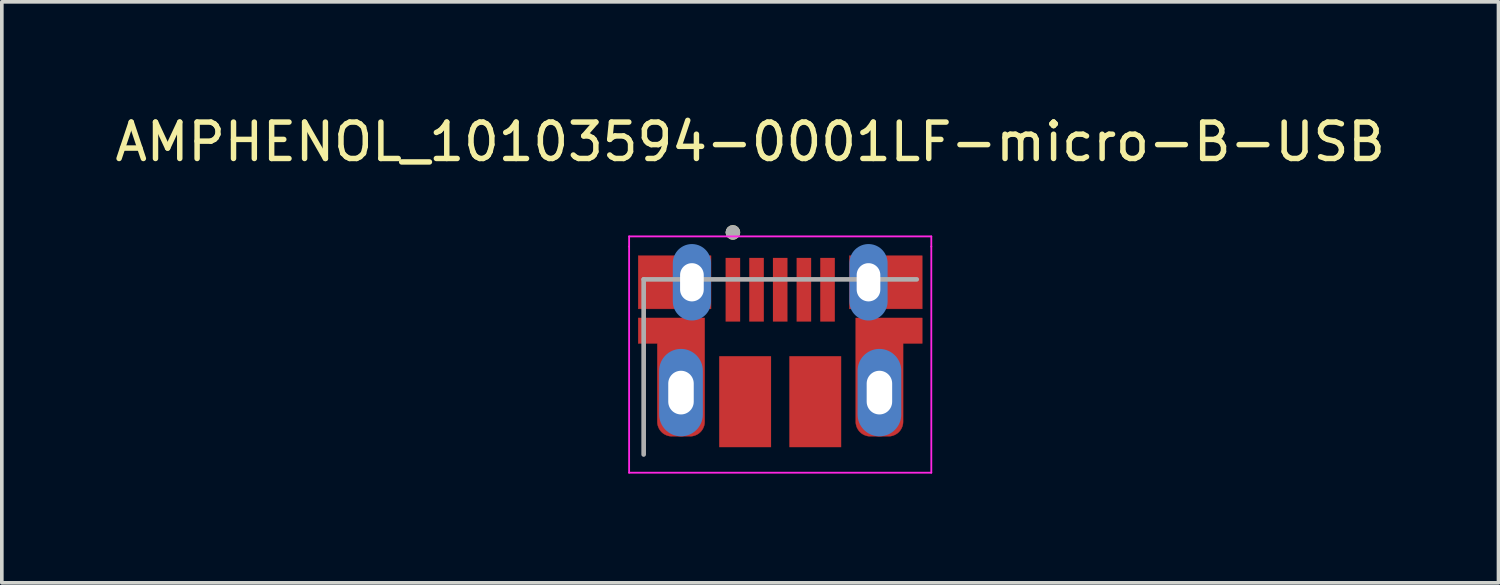
<source format=kicad_pcb>
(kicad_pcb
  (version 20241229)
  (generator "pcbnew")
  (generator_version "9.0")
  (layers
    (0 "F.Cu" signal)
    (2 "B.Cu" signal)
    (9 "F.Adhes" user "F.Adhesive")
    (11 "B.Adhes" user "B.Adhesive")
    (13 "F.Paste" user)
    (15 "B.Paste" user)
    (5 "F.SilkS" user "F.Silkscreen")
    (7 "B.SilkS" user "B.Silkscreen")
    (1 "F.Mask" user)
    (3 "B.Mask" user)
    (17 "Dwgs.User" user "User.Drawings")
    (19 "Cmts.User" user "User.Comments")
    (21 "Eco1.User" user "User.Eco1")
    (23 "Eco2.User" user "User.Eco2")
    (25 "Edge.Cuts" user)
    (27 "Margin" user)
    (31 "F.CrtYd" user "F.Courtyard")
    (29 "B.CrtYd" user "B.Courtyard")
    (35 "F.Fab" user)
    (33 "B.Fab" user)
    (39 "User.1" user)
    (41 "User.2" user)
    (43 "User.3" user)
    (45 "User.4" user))
  (footprint "AMPHENOL_10103594-0001LF-micro-B-USB"
    (layer "F.Cu")
    (at 18.379 7.733)
    (property "Reference" "AMPHENOL_10103594-0001LF-micro-B-USB" (at -0.825 -6.885 0) (layer "F.SilkS") (effects (font (size 1 1) (thickness 0.15))))
    (attr smd)
    (fp_poly (pts (xy -1.9 -2.3) (xy -1.9 -3.76) (xy -3.9 -3.76) (xy -3.9 -2.3)) (stroke (width 0.01) (type solid)) (fill yes) (layer "F.Cu"))
    (fp_poly (pts (xy 1.9 -2.3) (xy 1.9 -3.76) (xy 3.9 -3.76) (xy 3.9 -2.3)) (stroke (width 0.01) (type solid)) (fill yes) (layer "F.Cu"))
    (fp_poly (pts (xy -3.9 -2.05) (xy -3.9 -1.35) (xy -3.375 -1.35) (xy -3.375 0.8) (xy -3.374 0.821) (xy -3.373 0.842) (xy -3.37 0.863) (xy -3.366 0.883) (xy -3.361 0.904) (xy -3.355 0.924) (xy -3.348 0.943) (xy -3.34 0.963) (xy -3.331 0.982) (xy -3.321 1) (xy -3.31 1.018) (xy -3.299 1.035) (xy -3.286 1.052) (xy -3.272 1.068) (xy -3.258 1.083) (xy -3.243 1.097) (xy -3.227 1.111) (xy -3.21 1.124) (xy -3.193 1.135) (xy -3.175 1.146) (xy -3.157 1.156) (xy -3.138 1.165) (xy -3.118 1.173) (xy -3.099 1.18) (xy -3.079 1.186) (xy -3.058 1.191) (xy -3.038 1.195) (xy -3.017 1.198) (xy -2.996 1.199) (xy -2.975 1.2) (xy -2.475 1.2) (xy -2.454 1.199) (xy -2.433 1.198) (xy -2.412 1.195) (xy -2.392 1.191) (xy -2.371 1.186) (xy -2.351 1.18) (xy -2.332 1.173) (xy -2.312 1.165) (xy -2.293 1.156) (xy -2.275 1.146) (xy -2.257 1.135) (xy -2.24 1.124) (xy -2.223 1.111) (xy -2.207 1.097) (xy -2.192 1.083) (xy -2.178 1.068) (xy -2.164 1.052) (xy -2.151 1.035) (xy -2.14 1.018) (xy -2.129 1) (xy -2.119 0.982) (xy -2.11 0.963) (xy -2.102 0.943) (xy -2.095 0.924) (xy -2.089 0.904) (xy -2.084 0.883) (xy -2.08 0.863) (xy -2.077 0.842) (xy -2.076 0.821) (xy -2.075 0.8) (xy -2.075 -2.05) (xy -3.9 -2.05)) (stroke (width 0.01) (type solid)) (fill yes) (layer "F.Cu"))
    (fp_poly (pts (xy 3.9 -2.05) (xy 3.9 -1.35) (xy 3.375 -1.35) (xy 3.375 0.8) (xy 3.374 0.821) (xy 3.373 0.842) (xy 3.37 0.863) (xy 3.366 0.883) (xy 3.361 0.904) (xy 3.355 0.924) (xy 3.348 0.943) (xy 3.34 0.963) (xy 3.331 0.982) (xy 3.321 1) (xy 3.31 1.018) (xy 3.299 1.035) (xy 3.286 1.052) (xy 3.272 1.068) (xy 3.258 1.083) (xy 3.243 1.097) (xy 3.227 1.111) (xy 3.21 1.124) (xy 3.193 1.135) (xy 3.175 1.146) (xy 3.157 1.156) (xy 3.138 1.165) (xy 3.118 1.173) (xy 3.099 1.18) (xy 3.079 1.186) (xy 3.058 1.191) (xy 3.038 1.195) (xy 3.017 1.198) (xy 2.996 1.199) (xy 2.975 1.2) (xy 2.475 1.2) (xy 2.454 1.199) (xy 2.433 1.198) (xy 2.412 1.195) (xy 2.392 1.191) (xy 2.371 1.186) (xy 2.351 1.18) (xy 2.332 1.173) (xy 2.312 1.165) (xy 2.293 1.156) (xy 2.275 1.146) (xy 2.257 1.135) (xy 2.24 1.124) (xy 2.223 1.111) (xy 2.207 1.097) (xy 2.192 1.083) (xy 2.178 1.068) (xy 2.164 1.052) (xy 2.151 1.035) (xy 2.14 1.018) (xy 2.129 1) (xy 2.119 0.982) (xy 2.11 0.963) (xy 2.102 0.943) (xy 2.095 0.924) (xy 2.089 0.904) (xy 2.084 0.883) (xy 2.08 0.863) (xy 2.077 0.842) (xy 2.076 0.821) (xy 2.075 0.8) (xy 2.075 -2.05) (xy 3.9 -2.05)) (stroke (width 0.01) (type solid)) (fill yes) (layer "F.Cu"))
    (fp_poly (pts (xy -4 -3.86) (xy -1.8 -3.86) (xy -1.8 -2.2) (xy -4 -2.2)) (stroke (width 0.01) (type solid)) (fill yes) (layer "F.Mask"))
    (fp_poly (pts (xy 1.8 -3.86) (xy 4 -3.86) (xy 4 -2.2) (xy 1.8 -2.2)) (stroke (width 0.01) (type solid)) (fill yes) (layer "F.Mask"))
    (fp_poly (pts (xy -4 -2.15) (xy -1.975 -2.15) (xy -1.975 0.8) (xy -1.976 0.826) (xy -1.978 0.852) (xy -1.981 0.878) (xy -1.986 0.904) (xy -1.992 0.929) (xy -1.999 0.955) (xy -2.008 0.979) (xy -2.018 1.003) (xy -2.029 1.027) (xy -2.042 1.05) (xy -2.056 1.072) (xy -2.07 1.094) (xy -2.086 1.115) (xy -2.103 1.135) (xy -2.121 1.154) (xy -2.14 1.172) (xy -2.16 1.189) (xy -2.181 1.205) (xy -2.203 1.219) (xy -2.225 1.233) (xy -2.248 1.246) (xy -2.272 1.257) (xy -2.296 1.267) (xy -2.32 1.276) (xy -2.346 1.283) (xy -2.371 1.289) (xy -2.397 1.294) (xy -2.423 1.297) (xy -2.449 1.299) (xy -2.475 1.3) (xy -2.975 1.3) (xy -3.001 1.299) (xy -3.027 1.297) (xy -3.053 1.294) (xy -3.079 1.289) (xy -3.104 1.283) (xy -3.13 1.276) (xy -3.154 1.267) (xy -3.178 1.257) (xy -3.202 1.246) (xy -3.225 1.233) (xy -3.247 1.219) (xy -3.269 1.205) (xy -3.29 1.189) (xy -3.31 1.172) (xy -3.329 1.154) (xy -3.347 1.135) (xy -3.364 1.115) (xy -3.38 1.094) (xy -3.394 1.072) (xy -3.408 1.05) (xy -3.421 1.027) (xy -3.432 1.003) (xy -3.442 0.979) (xy -3.451 0.955) (xy -3.458 0.929) (xy -3.464 0.904) (xy -3.469 0.878) (xy -3.472 0.852) (xy -3.474 0.826) (xy -3.475 0.8) (xy -3.475 -1.25) (xy -4 -1.25) (xy -4 -2.15)) (stroke (width 0.01) (type solid)) (fill yes) (layer "F.Mask"))
    (fp_poly (pts (xy 4 -2.15) (xy 1.975 -2.15) (xy 1.975 0.8) (xy 1.976 0.826) (xy 1.978 0.852) (xy 1.981 0.878) (xy 1.986 0.904) (xy 1.992 0.929) (xy 1.999 0.955) (xy 2.008 0.979) (xy 2.018 1.003) (xy 2.029 1.027) (xy 2.042 1.05) (xy 2.056 1.072) (xy 2.07 1.094) (xy 2.086 1.115) (xy 2.103 1.135) (xy 2.121 1.154) (xy 2.14 1.172) (xy 2.16 1.189) (xy 2.181 1.205) (xy 2.203 1.219) (xy 2.225 1.233) (xy 2.248 1.246) (xy 2.272 1.257) (xy 2.296 1.267) (xy 2.32 1.276) (xy 2.346 1.283) (xy 2.371 1.289) (xy 2.397 1.294) (xy 2.423 1.297) (xy 2.449 1.299) (xy 2.475 1.3) (xy 2.975 1.3) (xy 3.001 1.299) (xy 3.027 1.297) (xy 3.053 1.294) (xy 3.079 1.289) (xy 3.104 1.283) (xy 3.13 1.276) (xy 3.154 1.267) (xy 3.178 1.257) (xy 3.202 1.246) (xy 3.225 1.233) (xy 3.247 1.219) (xy 3.269 1.205) (xy 3.29 1.189) (xy 3.31 1.172) (xy 3.329 1.154) (xy 3.347 1.135) (xy 3.364 1.115) (xy 3.38 1.094) (xy 3.394 1.072) (xy 3.408 1.05) (xy 3.421 1.027) (xy 3.432 1.003) (xy 3.442 0.979) (xy 3.451 0.955) (xy 3.458 0.929) (xy 3.464 0.904) (xy 3.469 0.878) (xy 3.472 0.852) (xy 3.474 0.826) (xy 3.475 0.8) (xy 3.475 -1.25) (xy 4 -1.25) (xy 4 -2.15)) (stroke (width 0.01) (type solid)) (fill yes) (layer "F.Mask"))
    (fp_circle (center -1.3 -4.4) (end -1.2 -4.4) (stroke (width 0.2) (type solid)) (fill no) (layer "F.SilkS"))
    (fp_line (start -4.15 -4.29) (end 4.15 -4.29) (stroke (width 0.05) (type solid)) (layer "F.CrtYd"))
    (fp_line (start -4.15 -4.01) (end -4.15 -4.29) (stroke (width 0.05) (type default)) (layer "F.CrtYd"))
    (fp_line (start -4.15 2.2) (end -4.15 -4.01) (stroke (width 0.05) (type solid)) (layer "F.CrtYd"))
    (fp_line (start -4.15 2.2) (end 4.15 2.2) (stroke (width 0.05) (type default)) (layer "F.CrtYd"))
    (fp_line (start 4.15 -4.01) (end 4.15 -4.29) (stroke (width 0.05) (type default)) (layer "F.CrtYd"))
    (fp_line (start 4.15 -4.01) (end 4.15 2.2) (stroke (width 0.05) (type solid)) (layer "F.CrtYd"))
    (fp_line (start -3.75 -3.11) (end -3.75 1.7) (stroke (width 0.127) (type solid)) (layer "F.Fab"))
    (fp_line (start -3.75 -3.11) (end 3.75 -3.11) (stroke (width 0.127) (type solid)) (layer "F.Fab"))
    (fp_circle (center -1.3 -4.4) (end -1.2 -4.4) (stroke (width 0.2) (type solid)) (fill no) (layer "F.Fab"))
    (pad "1" smd rect (at -1.3 -2.825) (size 0.4 1.75) (layers "F.Cu" "F.Mask" "F.Paste"))
    (pad "2" smd rect (at -0.65 -2.825) (size 0.4 1.75) (layers "F.Cu" "F.Mask" "F.Paste"))
    (pad "3" smd rect (at 0 -2.825) (size 0.4 1.75) (layers "F.Cu" "F.Mask" "F.Paste"))
    (pad "4" smd rect (at 0.65 -2.825) (size 0.4 1.75) (layers "F.Cu" "F.Mask" "F.Paste"))
    (pad "5" smd rect (at 1.3 -2.825) (size 0.4 1.75) (layers "F.Cu" "F.Mask" "F.Paste"))
    (pad "6" thru_hole oval (at -2.425 -3.03) (size 0.73 1.46) (drill oval 0.65 1.05) (layers "*.Cu"))
    (pad "7" thru_hole oval (at 2.425 -3.03) (size 0.73 1.46) (drill oval 0.65 1.05) (layers "*.Cu"))
    (pad "8" thru_hole oval (at -2.725 0) (size 1.2 2.4) (drill oval 0.7 1.2) (layers "*.Cu" "*.Mask"))
    (pad "9" thru_hole oval (at 2.725 0) (size 1.2 2.4) (drill oval 0.7 1.2) (layers "*.Cu" "*.Mask"))
    (pad "10" smd oval (at -2.425 -3.03) (size 1.05 2.1) (layers "B.Cu" "B.Mask"))
    (pad "11" smd oval (at 2.425 -3.03) (size 1.05 2.1) (layers "B.Cu" "B.Mask"))
    (pad "S1" smd rect (at -0.963 0.25) (size 1.425 2.5) (layers "F.Cu" "F.Mask" "F.Paste"))
    (pad "S2" smd rect (at 0.963 0.25) (size 1.425 2.5) (layers "F.Cu" "F.Mask" "F.Paste")))
  (gr_rect
    (start -3 -3)
    (end 38.107 12.958)
    (stroke (width 0.1) (type default))
    (fill no)
    (layer "Edge.Cuts")))
</source>
